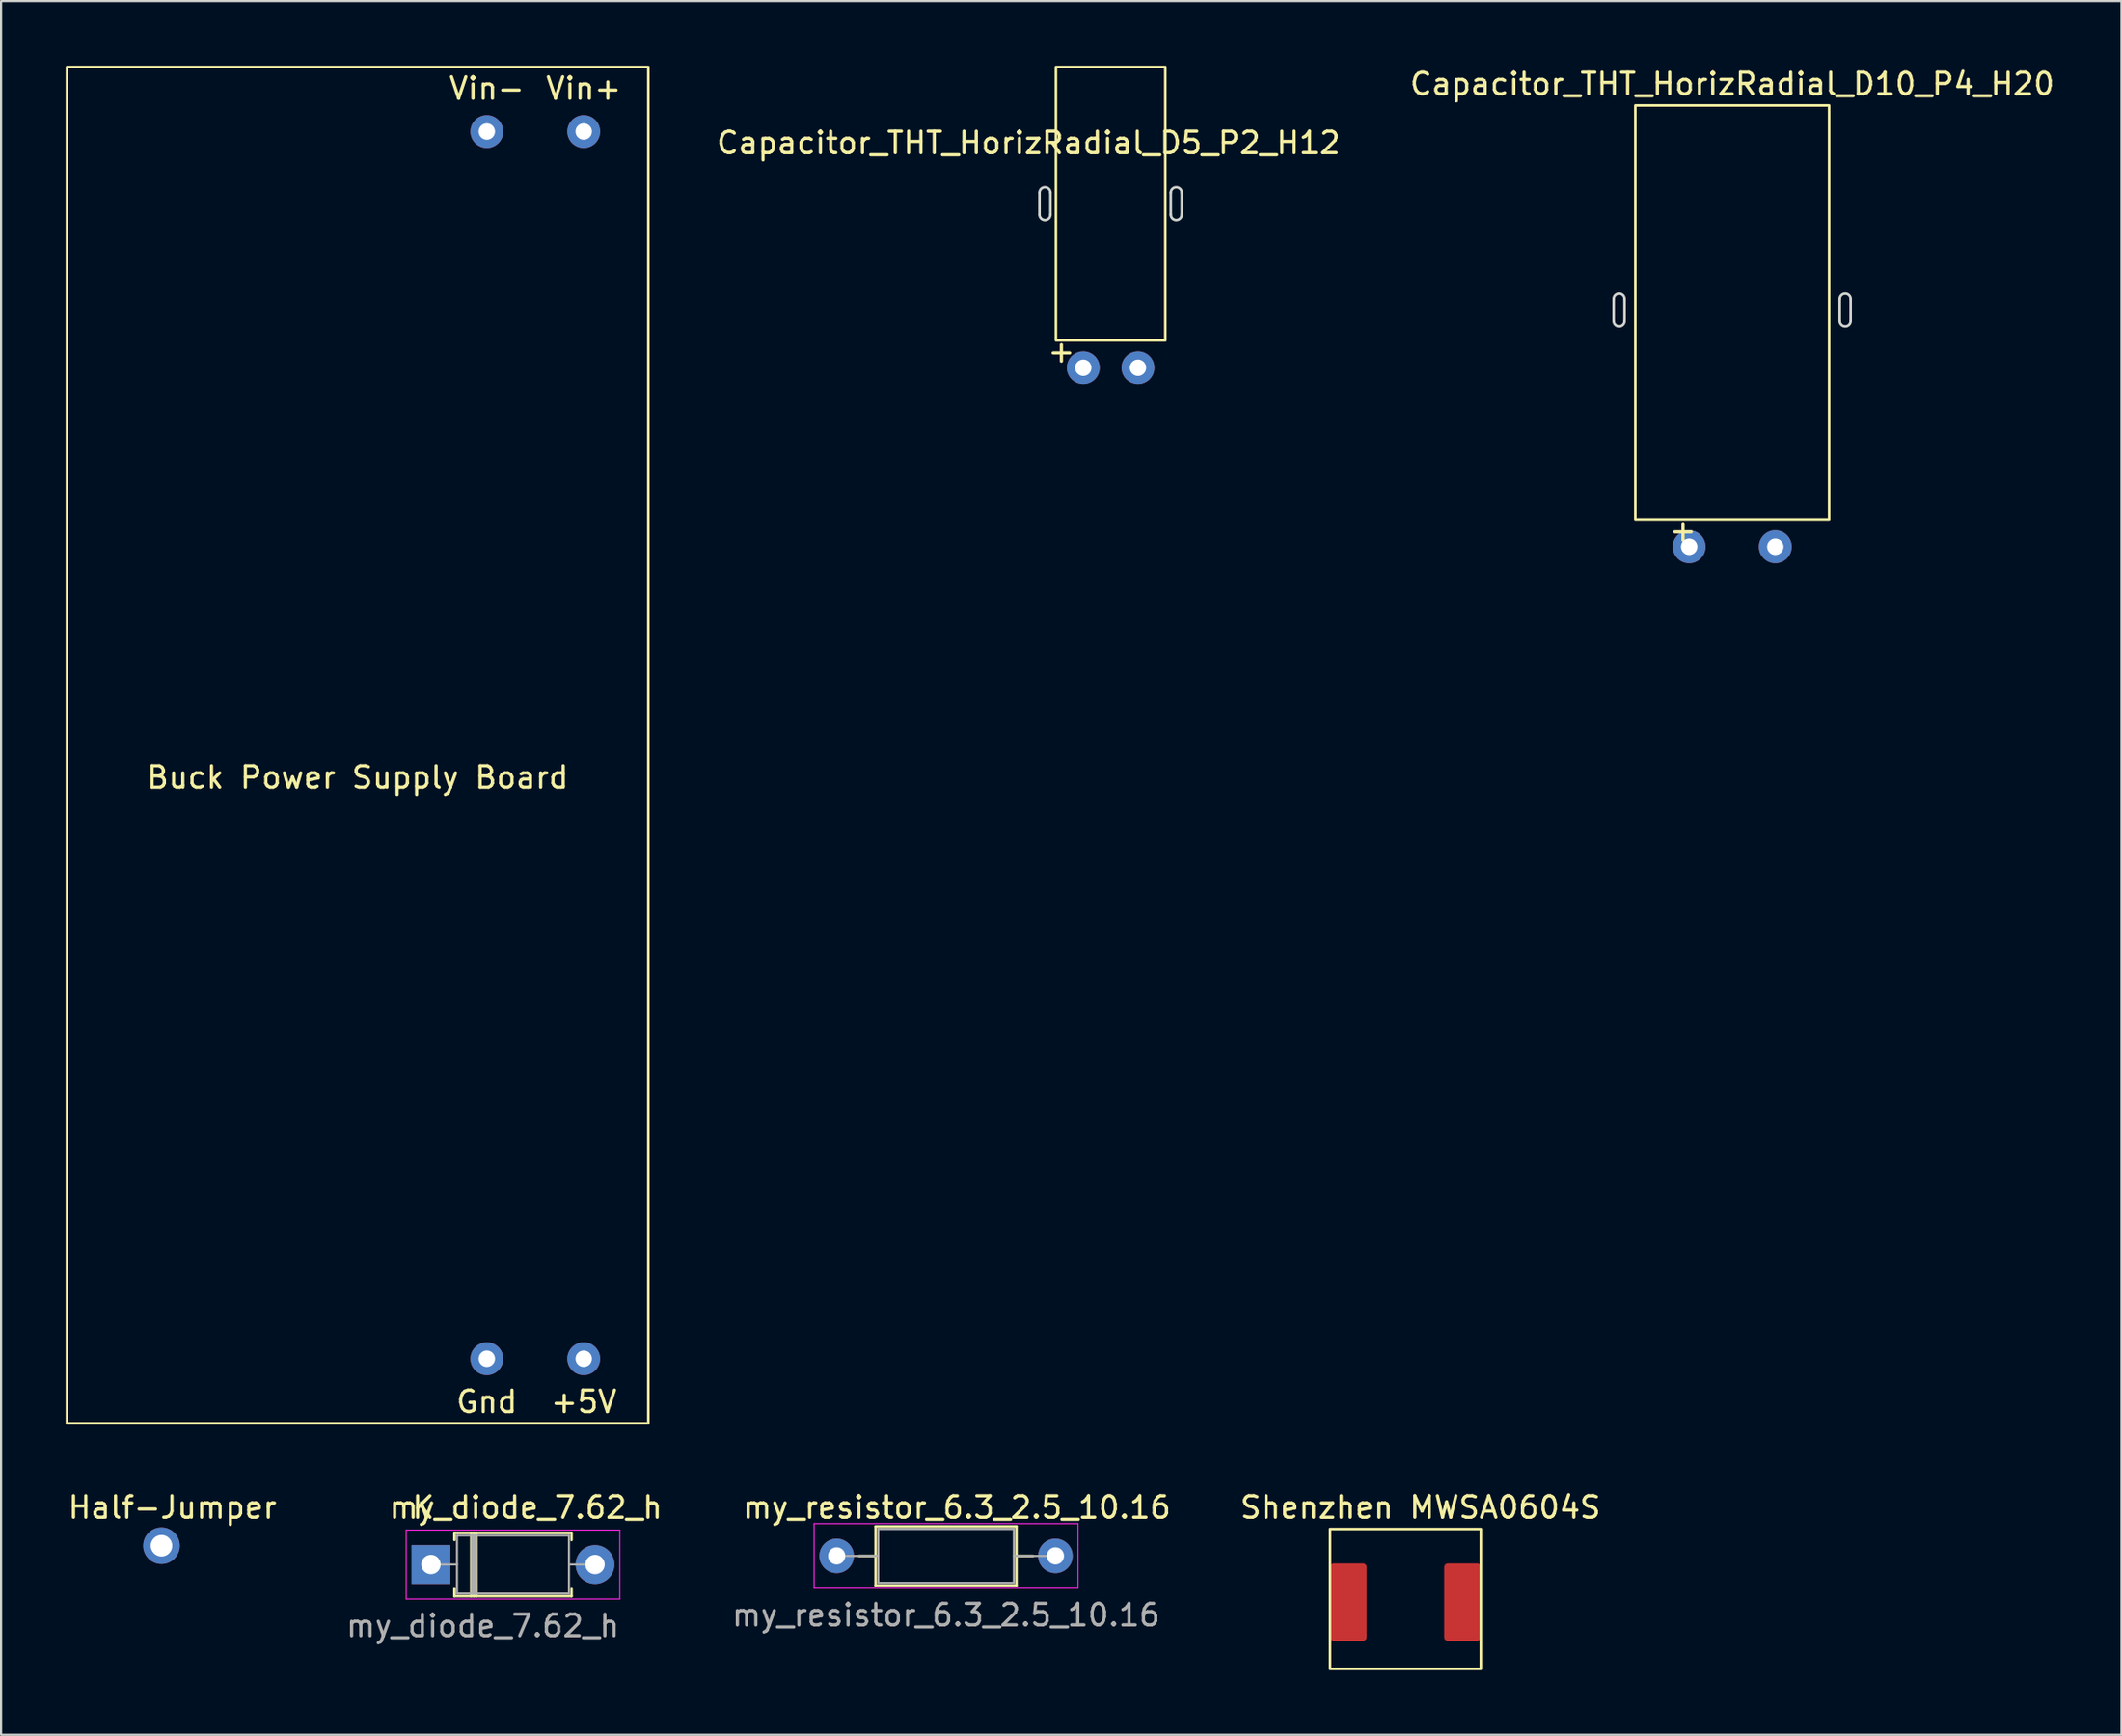
<source format=kicad_pcb>
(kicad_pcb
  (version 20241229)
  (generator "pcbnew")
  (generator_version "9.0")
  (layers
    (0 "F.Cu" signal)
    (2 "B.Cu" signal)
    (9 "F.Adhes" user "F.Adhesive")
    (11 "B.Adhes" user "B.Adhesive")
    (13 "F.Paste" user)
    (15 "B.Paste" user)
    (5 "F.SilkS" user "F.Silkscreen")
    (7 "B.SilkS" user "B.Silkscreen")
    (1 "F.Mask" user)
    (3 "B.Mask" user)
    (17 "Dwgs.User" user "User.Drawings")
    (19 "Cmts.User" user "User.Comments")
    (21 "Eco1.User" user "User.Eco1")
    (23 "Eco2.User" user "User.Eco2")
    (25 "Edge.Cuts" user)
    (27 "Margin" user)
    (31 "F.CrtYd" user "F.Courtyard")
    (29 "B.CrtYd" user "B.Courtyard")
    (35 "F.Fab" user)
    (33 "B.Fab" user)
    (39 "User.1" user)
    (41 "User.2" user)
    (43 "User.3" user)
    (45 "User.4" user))
  (footprint "Capacitor_THT_HorizRadial_D10_P4_H20"
    (layer "F.Cu")
    (at 77.4 12.348)
    (property "Reference" "Capacitor_THT_HorizRadial_D10_P4_H20" (at 0 -11.5 0) (unlocked yes) (layer "F.SilkS") (effects (font (size 1 1) (thickness 0.15))))
    (attr through_hole)
    (fp_rect (start -4.5 8.73) (end 4.5 -10.5) (stroke (width 0.12) (type solid)) (fill no) (layer "F.SilkS"))
    (fp_line (start -5.508 -0.492) (end -5.508 -1.508) (stroke (width 0.12) (type solid)) (layer "Edge.Cuts"))
    (fp_line (start -5 -1.508) (end -5 -0.492) (stroke (width 0.12) (type solid)) (layer "Edge.Cuts"))
    (fp_line (start 4.992 -0.492) (end 4.992 -1.508) (stroke (width 0.12) (type solid)) (layer "Edge.Cuts"))
    (fp_line (start 5.5 -1.508) (end 5.5 -0.492) (stroke (width 0.12) (type solid)) (layer "Edge.Cuts"))
    (fp_arc (start -5.508 -1.508) (mid -5.254 -1.762) (end -5 -1.508) (stroke (width 0.12) (type solid)) (layer "Edge.Cuts"))
    (fp_arc (start -5 -0.492) (mid -5.254 -0.238) (end -5.508 -0.492) (stroke (width 0.12) (type solid)) (layer "Edge.Cuts"))
    (fp_arc (start 4.992 -1.508) (mid 5.246 -1.762) (end 5.5 -1.508) (stroke (width 0.12) (type solid)) (layer "Edge.Cuts"))
    (fp_arc (start 5.5 -0.492) (mid 5.246 -0.238) (end 4.992 -0.492) (stroke (width 0.12) (type solid)) (layer "Edge.Cuts"))
    (fp_text user "+" (at -2.286 9.238 0) (unlocked yes) (layer "F.SilkS") (effects (font (size 1 1) (thickness 0.15))))
    (pad "1" thru_hole circle (at -2 10) (size 1.524 1.524) (drill 0.762) (layers "*.Cu" "*.Mask"))
    (pad "2" thru_hole circle (at 2 10) (size 1.524 1.524) (drill 0.762) (layers "*.Cu" "*.Mask")))
  (footprint "Buck Power Supply Board"
    (layer "F.Cu")
    (at 13.56 33.56)
    (property "Reference" "Buck Power Supply Board" (at 0 -0.5 0) (unlocked yes) (layer "F.SilkS") (effects (font (size 1 1) (thickness 0.15))))
    (attr through_hole)
    (fp_rect (start -13.5 -33.5) (end 13.5 29.5) (stroke (width 0.12) (type solid)) (fill no) (layer "F.SilkS"))
    (fp_text user "Vin-" (at 6 -32.5 0) (unlocked yes) (layer "F.SilkS") (effects (font (size 1 1) (thickness 0.15))))
    (fp_text user "Vin+" (at 10.5 -32.5 0) (unlocked yes) (layer "F.SilkS") (effects (font (size 1 1) (thickness 0.15))))
    (fp_text user "+5V" (at 10.5 28.5 0) (unlocked yes) (layer "F.SilkS") (effects (font (size 1 1) (thickness 0.15))))
    (fp_text user "Gnd" (at 6 28.5 0) (unlocked yes) (layer "F.SilkS") (effects (font (size 1 1) (thickness 0.15))))
    (pad "1" thru_hole circle (at 10.5 26.5) (size 1.524 1.524) (drill 0.762) (layers "*.Cu" "*.Mask"))
    (pad "2" thru_hole circle (at 6 26.5) (size 1.524 1.524) (drill 0.762) (layers "*.Cu" "*.Mask"))
    (pad "3" thru_hole circle (at 10.5 -30.5) (size 1.524 1.524) (drill 0.762) (layers "*.Cu" "*.Mask"))
    (pad "4" thru_hole circle (at 6 -30.5) (size 1.524 1.524) (drill 0.762) (layers "*.Cu" "*.Mask")))
  (footprint "my_resistor_6.3_2.5_10.16"
    (layer "F.Cu")
    (at 35.887 69.468)
    (property "Reference" "my_resistor_6.3_2.5_10.16" (at 5.5 -2.5 0) (unlocked yes) (layer "F.SilkS") (effects (font (size 1 1) (thickness 0.15))))
    (attr through_hole)
    (fp_line (start 0.96 -0.25) (end 1.73 -0.25) (stroke (width 0.12) (type solid)) (layer "F.SilkS"))
    (fp_line (start 1.73 -1.62) (end 1.73 1.12) (stroke (width 0.12) (type solid)) (layer "F.SilkS"))
    (fp_line (start 1.73 1.12) (end 8.27 1.12) (stroke (width 0.12) (type solid)) (layer "F.SilkS"))
    (fp_line (start 8.27 -1.62) (end 1.73 -1.62) (stroke (width 0.12) (type solid)) (layer "F.SilkS"))
    (fp_line (start 8.27 1.12) (end 8.27 -1.62) (stroke (width 0.12) (type solid)) (layer "F.SilkS"))
    (fp_line (start 9.04 -0.25) (end 8.27 -0.25) (stroke (width 0.12) (type solid)) (layer "F.SilkS"))
    (fp_line (start -1.13 -1.75) (end -1.13 1.25) (stroke (width 0.05) (type solid)) (layer "F.CrtYd"))
    (fp_line (start -1.13 1.25) (end 11.13 1.25) (stroke (width 0.05) (type solid)) (layer "F.CrtYd"))
    (fp_line (start 11.13 -1.75) (end -1.13 -1.75) (stroke (width 0.05) (type solid)) (layer "F.CrtYd"))
    (fp_line (start 11.13 1.25) (end 11.13 -1.75) (stroke (width 0.05) (type solid)) (layer "F.CrtYd"))
    (fp_line (start -0.08 -0.25) (end 1.85 -0.25) (stroke (width 0.1) (type solid)) (layer "F.Fab"))
    (fp_line (start 1.85 -1.5) (end 1.85 1) (stroke (width 0.1) (type solid)) (layer "F.Fab"))
    (fp_line (start 1.85 1) (end 8.15 1) (stroke (width 0.1) (type solid)) (layer "F.Fab"))
    (fp_line (start 8.15 -1.5) (end 1.85 -1.5) (stroke (width 0.1) (type solid)) (layer "F.Fab"))
    (fp_line (start 8.15 1) (end 8.15 -1.5) (stroke (width 0.1) (type solid)) (layer "F.Fab"))
    (fp_line (start 10.08 -0.25) (end 8.15 -0.25) (stroke (width 0.1) (type solid)) (layer "F.Fab"))
    (fp_text user "${REFERENCE}" (at 5 2.5 0) (layer "F.Fab") (effects (font (size 1 1) (thickness 0.15))))
    (pad "1" thru_hole circle (at -0.08 -0.25) (size 1.6 1.6) (drill 0.8) (layers "*.Cu" "*.Mask"))
    (pad "2" thru_hole oval (at 10.08 -0.25) (size 1.6 1.6) (drill 0.8) (layers "*.Cu" "*.Mask")))
  (footprint "my_diode_7.62_h"
    (layer "F.Cu")
    (at 16.995 69.468)
    (property "Reference" "my_diode_7.62_h" (at 4.38 -2.5 0) (unlocked yes) (layer "F.SilkS") (effects (font (size 1 1) (thickness 0.15))))
    (attr through_hole)
    (fp_line (start 1.06 -1.32) (end 6.5 -1.32) (stroke (width 0.12) (type solid)) (layer "F.SilkS"))
    (fp_line (start 1.06 -0.99) (end 1.06 -1.32) (stroke (width 0.12) (type solid)) (layer "F.SilkS"))
    (fp_line (start 1.06 1.29) (end 1.06 1.62) (stroke (width 0.12) (type solid)) (layer "F.SilkS"))
    (fp_line (start 1.06 1.62) (end 6.5 1.62) (stroke (width 0.12) (type solid)) (layer "F.SilkS"))
    (fp_line (start 1.84 -1.32) (end 1.84 1.62) (stroke (width 0.12) (type solid)) (layer "F.SilkS"))
    (fp_line (start 1.96 -1.32) (end 1.96 1.62) (stroke (width 0.12) (type solid)) (layer "F.SilkS"))
    (fp_line (start 2.08 -1.32) (end 2.08 1.62) (stroke (width 0.12) (type solid)) (layer "F.SilkS"))
    (fp_line (start 6.5 -1.32) (end 6.5 -0.99) (stroke (width 0.12) (type solid)) (layer "F.SilkS"))
    (fp_line (start 6.5 1.62) (end 6.5 1.29) (stroke (width 0.12) (type solid)) (layer "F.SilkS"))
    (fp_line (start -1.18 -1.45) (end -1.18 1.75) (stroke (width 0.05) (type solid)) (layer "F.CrtYd"))
    (fp_line (start -1.18 1.75) (end 8.74 1.75) (stroke (width 0.05) (type solid)) (layer "F.CrtYd"))
    (fp_line (start 8.74 -1.45) (end -1.18 -1.45) (stroke (width 0.05) (type solid)) (layer "F.CrtYd"))
    (fp_line (start 8.74 1.75) (end 8.74 -1.45) (stroke (width 0.05) (type solid)) (layer "F.CrtYd"))
    (fp_line (start -0.03 0.15) (end 1.18 0.15) (stroke (width 0.1) (type solid)) (layer "F.Fab"))
    (fp_line (start 1.18 -1.2) (end 1.18 1.5) (stroke (width 0.1) (type solid)) (layer "F.Fab"))
    (fp_line (start 1.18 1.5) (end 6.38 1.5) (stroke (width 0.1) (type solid)) (layer "F.Fab"))
    (fp_line (start 1.86 -1.2) (end 1.86 1.5) (stroke (width 0.1) (type solid)) (layer "F.Fab"))
    (fp_line (start 1.96 -1.2) (end 1.96 1.5) (stroke (width 0.1) (type solid)) (layer "F.Fab"))
    (fp_line (start 2.06 -1.2) (end 2.06 1.5) (stroke (width 0.1) (type solid)) (layer "F.Fab"))
    (fp_line (start 6.38 -1.2) (end 1.18 -1.2) (stroke (width 0.1) (type solid)) (layer "F.Fab"))
    (fp_line (start 6.38 1.5) (end 6.38 -1.2) (stroke (width 0.1) (type solid)) (layer "F.Fab"))
    (fp_line (start 7.59 0.15) (end 6.38 0.15) (stroke (width 0.1) (type solid)) (layer "F.Fab"))
    (fp_text user "K" (at -0.39 -2.5 0) (layer "F.SilkS") (effects (font (size 1 1) (thickness 0.15))))
    (fp_text user "${REFERENCE}" (at 2.38 3 0) (layer "F.Fab") (effects (font (size 1 1) (thickness 0.15))))
    (pad "1" thru_hole rect (at -0.03 0.15) (size 1.8 1.8) (drill 0.9) (layers "*.Cu" "*.Mask"))
    (pad "2" thru_hole oval (at 7.59 0.15) (size 1.8 1.8) (drill 0.9) (layers "*.Cu" "*.Mask")))
  (footprint "Capacitor_THT_HorizRadial_D5_P2_H12"
    (layer "F.Cu")
    (at 48.531 14.03)
    (property "Reference" "Capacitor_THT_HorizRadial_D5_P2_H12" (at -3.81 -10.444 0) (unlocked yes) (layer "F.SilkS") (effects (font (size 1 1) (thickness 0.15))))
    (attr through_hole)
    (fp_rect (start -2.54 -1.27) (end 2.54 -13.97) (stroke (width 0.12) (type solid)) (fill no) (layer "F.SilkS"))
    (fp_line (start -3.302 -7.112) (end -3.302 -8.128) (stroke (width 0.12) (type solid)) (layer "Edge.Cuts"))
    (fp_line (start -2.794 -8.128) (end -2.794 -7.112) (stroke (width 0.12) (type solid)) (layer "Edge.Cuts"))
    (fp_line (start 2.794 -7.112) (end 2.794 -8.128) (stroke (width 0.12) (type solid)) (layer "Edge.Cuts"))
    (fp_line (start 3.302 -8.128) (end 3.302 -7.112) (stroke (width 0.12) (type solid)) (layer "Edge.Cuts"))
    (fp_arc (start -3.302 -8.128) (mid -3.048 -8.382) (end -2.794 -8.128) (stroke (width 0.12) (type solid)) (layer "Edge.Cuts"))
    (fp_arc (start -2.794 -7.112) (mid -3.048 -6.858) (end -3.302 -7.112) (stroke (width 0.12) (type solid)) (layer "Edge.Cuts"))
    (fp_arc (start 2.794 -8.128) (mid 3.048 -8.382) (end 3.302 -8.128) (stroke (width 0.12) (type solid)) (layer "Edge.Cuts"))
    (fp_arc (start 3.302 -7.112) (mid 3.048 -6.858) (end 2.794 -7.112) (stroke (width 0.12) (type solid)) (layer "Edge.Cuts"))
    (fp_text user "+" (at -2.286 -0.762 0) (unlocked yes) (layer "F.SilkS") (effects (font (size 1 1) (thickness 0.15))))
    (pad "1" thru_hole circle (at -1.27 0) (size 1.524 1.524) (drill 0.762) (layers "*.Cu" "*.Mask"))
    (pad "2" thru_hole circle (at 1.27 0) (size 1.524 1.524) (drill 0.762) (layers "*.Cu" "*.Mask")))
  (footprint "Shenzhen MWSA0604S"
    (layer "F.Cu")
    (at 62.423 71.368)
    (property "Reference" "Shenzhen MWSA0604S" (at 0.5 -4.4 0) (unlocked yes) (layer "F.SilkS") (effects (font (size 1 1) (thickness 0.15))))
    (attr smd)
    (fp_rect (start -3.7 -3.4) (end 3.3 3.1) (stroke (width 0.12) (type solid)) (fill no) (layer "F.SilkS"))
    (pad "1" smd roundrect (at -2.85 0) (size 1.7 3.6) (layers "F.Cu" "F.Mask" "F.Paste") (roundrect_rratio 0.1))
    (pad "2" smd roundrect (at 2.45 0) (size 1.7 3.6) (layers "F.Cu" "F.Mask" "F.Paste") (roundrect_rratio 0.1)))
  (footprint "Half-Jumper"
    (layer "F.Cu")
    (at 4.45 68.746)
    (property "Reference" "Half-Jumper" (at 0.508 -1.778 0) (unlocked yes) (layer "F.SilkS") (effects (font (size 1 1) (thickness 0.15))))
    (attr through_hole)
    (pad "1" thru_hole circle (at 0 0) (size 1.7 1.7) (drill 1) (layers "*.Cu" "*.Mask")))
  (gr_rect
    (start -3 -3)
    (end 95.477 77.528)
    (stroke (width 0.1) (type default))
    (fill no)
    (layer "Edge.Cuts")))
</source>
